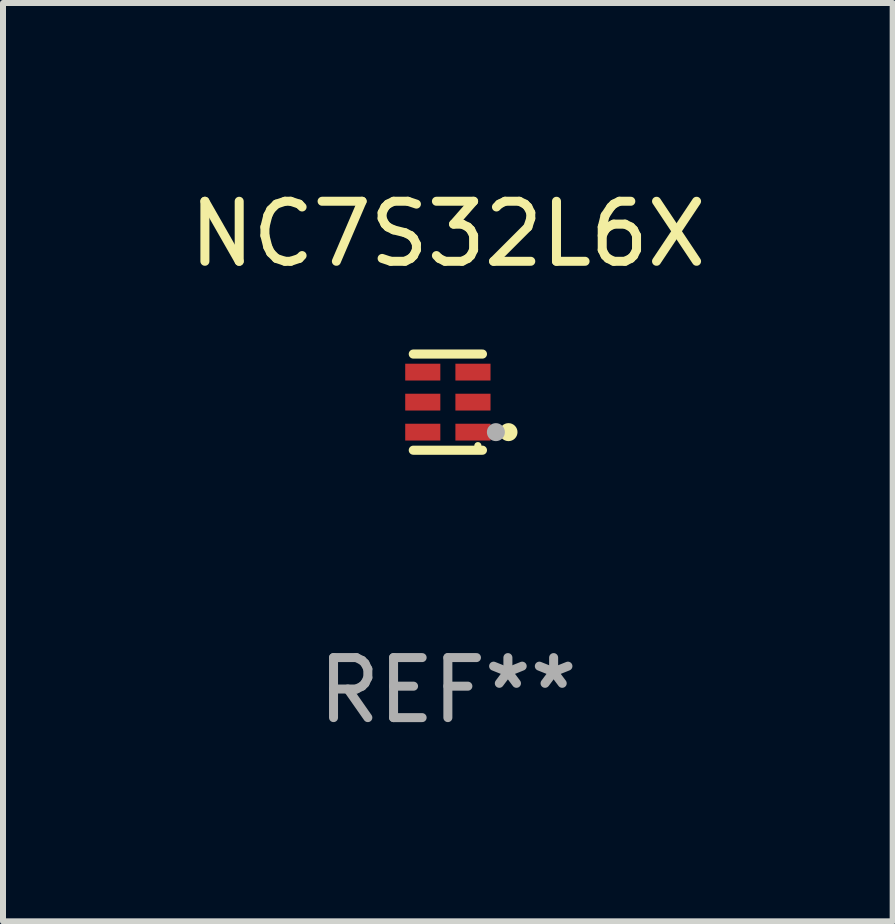
<source format=kicad_pcb>
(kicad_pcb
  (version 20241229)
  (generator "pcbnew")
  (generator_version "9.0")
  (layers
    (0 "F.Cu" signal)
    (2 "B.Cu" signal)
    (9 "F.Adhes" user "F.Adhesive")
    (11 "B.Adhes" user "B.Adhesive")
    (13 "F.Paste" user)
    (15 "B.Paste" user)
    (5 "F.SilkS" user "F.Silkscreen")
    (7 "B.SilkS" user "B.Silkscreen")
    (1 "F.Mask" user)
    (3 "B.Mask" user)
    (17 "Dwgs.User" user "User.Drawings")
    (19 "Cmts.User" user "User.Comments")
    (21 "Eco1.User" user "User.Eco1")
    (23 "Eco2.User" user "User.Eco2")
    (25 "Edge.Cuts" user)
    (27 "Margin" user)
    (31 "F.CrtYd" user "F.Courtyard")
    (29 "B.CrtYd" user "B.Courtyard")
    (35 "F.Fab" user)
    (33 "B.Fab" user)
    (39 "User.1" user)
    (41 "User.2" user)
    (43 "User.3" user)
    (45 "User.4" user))
  (footprint "NC7S32L6X"
    (layer "F.Cu")
    (at 4.411 3.649)
    (property "Reference" "NC7S32L6X" (at 0 -2.801 0) (layer "F.SilkS") (effects (font (size 1 1) (thickness 0.15))))
    (attr through_hole)
    (fp_line (start 0.576 -0.801) (end -0.576 -0.801) (stroke (width 0.152) (type solid)) (layer "F.SilkS"))
    (fp_line (start 0.576 0.801) (end -0.576 0.801) (stroke (width 0.152) (type solid)) (layer "F.SilkS"))
    (fp_circle (center 0.5 0.725) (end 0.53 0.725) (stroke (width 0.06) (type solid)) (fill no) (layer "F.SilkS"))
    (fp_circle (center 1.01 0.5) (end 1.085 0.5) (stroke (width 0.15) (type solid)) (fill no) (layer "F.SilkS"))
    (fp_circle (center 0.8 0.5) (end 0.875 0.5) (stroke (width 0.15) (type solid)) (fill no) (layer "F.Fab"))
    (fp_text user "REF**" (at 0 4.801 0) (layer "F.Fab") (effects (font (size 1 1) (thickness 0.15))))
    (pad "1" smd rect (at 0.418 0.5 90) (size 0.28 0.585) (layers "F.Cu" "F.Mask" "F.Paste"))
    (pad "2" smd rect (at 0.418 0 90) (size 0.28 0.585) (layers "F.Cu" "F.Mask" "F.Paste"))
    (pad "3" smd rect (at 0.418 -0.5 90) (size 0.28 0.585) (layers "F.Cu" "F.Mask" "F.Paste"))
    (pad "4" smd rect (at -0.418 -0.5 90) (size 0.28 0.585) (layers "F.Cu" "F.Mask" "F.Paste"))
    (pad "5" smd rect (at -0.418 0 90) (size 0.28 0.585) (layers "F.Cu" "F.Mask" "F.Paste"))
    (pad "6" smd rect (at -0.418 0.5 90) (size 0.28 0.585) (layers "F.Cu" "F.Mask" "F.Paste")))
  (gr_rect
    (start -3 -3)
    (end 11.821 12.299)
    (stroke (width 0.1) (type default))
    (fill no)
    (layer "Edge.Cuts")))
</source>
